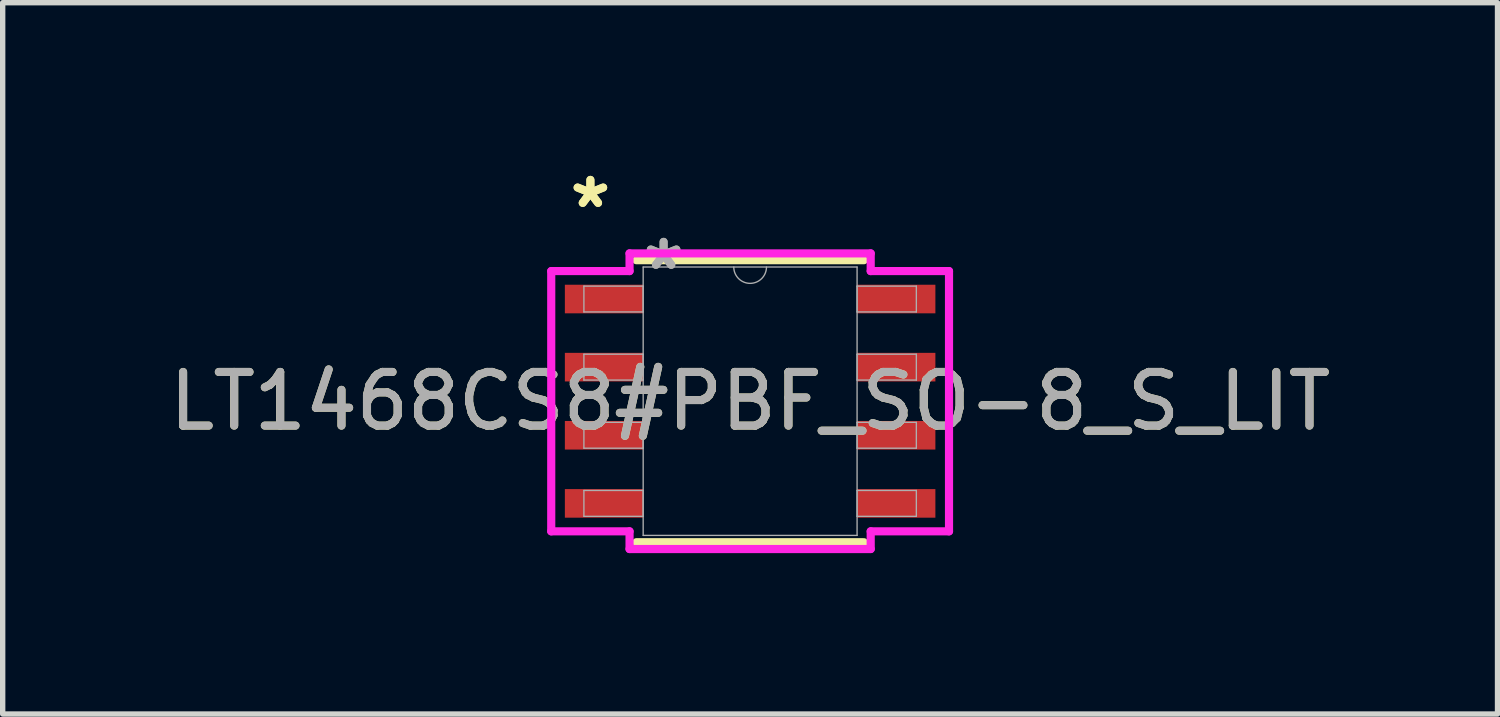
<source format=kicad_pcb>
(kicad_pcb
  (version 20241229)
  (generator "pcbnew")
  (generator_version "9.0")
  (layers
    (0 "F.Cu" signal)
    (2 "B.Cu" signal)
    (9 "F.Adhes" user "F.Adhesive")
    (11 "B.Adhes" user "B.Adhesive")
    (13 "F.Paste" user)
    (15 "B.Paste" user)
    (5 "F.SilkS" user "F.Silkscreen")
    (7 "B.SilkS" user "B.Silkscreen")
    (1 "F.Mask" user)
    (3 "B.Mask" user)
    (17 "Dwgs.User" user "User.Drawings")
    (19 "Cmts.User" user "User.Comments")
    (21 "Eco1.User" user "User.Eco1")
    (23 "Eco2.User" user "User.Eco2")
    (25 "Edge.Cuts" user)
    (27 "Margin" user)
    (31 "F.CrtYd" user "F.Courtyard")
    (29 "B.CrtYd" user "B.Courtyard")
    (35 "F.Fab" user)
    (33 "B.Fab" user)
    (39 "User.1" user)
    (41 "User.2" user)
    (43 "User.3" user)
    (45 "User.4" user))
  (footprint "LT1468CS8#PBF_SO-8_S_LIT"
    (layer "F.Cu")
    (at 10.935 4.43)
    (property "Reference" "LT1468CS8#PBF_SO-8_S_LIT" (at 0 0 0) (unlocked yes) (layer "F.SilkS") (effects (font (size 1 1) (thickness 0.15))))
    (attr smd)
    (fp_line (start -2.121 2.629) (end 2.121 2.629) (stroke (width 0.152) (type solid)) (layer "F.SilkS"))
    (fp_line (start 2.121 -2.629) (end -2.121 -2.629) (stroke (width 0.152) (type solid)) (layer "F.SilkS"))
    (fp_line (start -3.708 -2.426) (end -2.248 -2.426) (stroke (width 0.152) (type solid)) (layer "F.CrtYd"))
    (fp_line (start -3.708 2.426) (end -3.708 -2.426) (stroke (width 0.152) (type solid)) (layer "F.CrtYd"))
    (fp_line (start -3.708 2.426) (end -2.248 2.426) (stroke (width 0.152) (type solid)) (layer "F.CrtYd"))
    (fp_line (start -2.248 -2.756) (end 2.248 -2.756) (stroke (width 0.152) (type solid)) (layer "F.CrtYd"))
    (fp_line (start -2.248 -2.426) (end -2.248 -2.756) (stroke (width 0.152) (type solid)) (layer "F.CrtYd"))
    (fp_line (start -2.248 2.756) (end -2.248 2.426) (stroke (width 0.152) (type solid)) (layer "F.CrtYd"))
    (fp_line (start 2.248 -2.756) (end 2.248 -2.426) (stroke (width 0.152) (type solid)) (layer "F.CrtYd"))
    (fp_line (start 2.248 2.426) (end 2.248 2.756) (stroke (width 0.152) (type solid)) (layer "F.CrtYd"))
    (fp_line (start 2.248 2.756) (end -2.248 2.756) (stroke (width 0.152) (type solid)) (layer "F.CrtYd"))
    (fp_line (start 3.708 -2.426) (end 2.248 -2.426) (stroke (width 0.152) (type solid)) (layer "F.CrtYd"))
    (fp_line (start 3.708 -2.426) (end 3.708 2.426) (stroke (width 0.152) (type solid)) (layer "F.CrtYd"))
    (fp_line (start 3.708 2.426) (end 2.248 2.426) (stroke (width 0.152) (type solid)) (layer "F.CrtYd"))
    (fp_line (start -3.099 -2.146) (end -3.099 -1.664) (stroke (width 0.025) (type solid)) (layer "F.Fab"))
    (fp_line (start -3.099 -1.664) (end -1.994 -1.664) (stroke (width 0.025) (type solid)) (layer "F.Fab"))
    (fp_line (start -3.099 -0.876) (end -3.099 -0.394) (stroke (width 0.025) (type solid)) (layer "F.Fab"))
    (fp_line (start -3.099 -0.394) (end -1.994 -0.394) (stroke (width 0.025) (type solid)) (layer "F.Fab"))
    (fp_line (start -3.099 0.394) (end -3.099 0.876) (stroke (width 0.025) (type solid)) (layer "F.Fab"))
    (fp_line (start -3.099 0.876) (end -1.994 0.876) (stroke (width 0.025) (type solid)) (layer "F.Fab"))
    (fp_line (start -3.099 1.664) (end -3.099 2.146) (stroke (width 0.025) (type solid)) (layer "F.Fab"))
    (fp_line (start -3.099 2.146) (end -1.994 2.146) (stroke (width 0.025) (type solid)) (layer "F.Fab"))
    (fp_line (start -1.994 -2.502) (end -1.994 2.502) (stroke (width 0.025) (type solid)) (layer "F.Fab"))
    (fp_line (start -1.994 -2.146) (end -3.099 -2.146) (stroke (width 0.025) (type solid)) (layer "F.Fab"))
    (fp_line (start -1.994 -1.664) (end -1.994 -2.146) (stroke (width 0.025) (type solid)) (layer "F.Fab"))
    (fp_line (start -1.994 -0.876) (end -3.099 -0.876) (stroke (width 0.025) (type solid)) (layer "F.Fab"))
    (fp_line (start -1.994 -0.394) (end -1.994 -0.876) (stroke (width 0.025) (type solid)) (layer "F.Fab"))
    (fp_line (start -1.994 0.394) (end -3.099 0.394) (stroke (width 0.025) (type solid)) (layer "F.Fab"))
    (fp_line (start -1.994 0.876) (end -1.994 0.394) (stroke (width 0.025) (type solid)) (layer "F.Fab"))
    (fp_line (start -1.994 1.664) (end -3.099 1.664) (stroke (width 0.025) (type solid)) (layer "F.Fab"))
    (fp_line (start -1.994 2.146) (end -1.994 1.664) (stroke (width 0.025) (type solid)) (layer "F.Fab"))
    (fp_line (start -1.994 2.502) (end 1.994 2.502) (stroke (width 0.025) (type solid)) (layer "F.Fab"))
    (fp_line (start 1.994 -2.502) (end -1.994 -2.502) (stroke (width 0.025) (type solid)) (layer "F.Fab"))
    (fp_line (start 1.994 -2.146) (end 1.994 -1.664) (stroke (width 0.025) (type solid)) (layer "F.Fab"))
    (fp_line (start 1.994 -1.664) (end 3.099 -1.664) (stroke (width 0.025) (type solid)) (layer "F.Fab"))
    (fp_line (start 1.994 -0.876) (end 1.994 -0.394) (stroke (width 0.025) (type solid)) (layer "F.Fab"))
    (fp_line (start 1.994 -0.394) (end 3.099 -0.394) (stroke (width 0.025) (type solid)) (layer "F.Fab"))
    (fp_line (start 1.994 0.394) (end 1.994 0.876) (stroke (width 0.025) (type solid)) (layer "F.Fab"))
    (fp_line (start 1.994 0.876) (end 3.099 0.876) (stroke (width 0.025) (type solid)) (layer "F.Fab"))
    (fp_line (start 1.994 1.664) (end 1.994 2.146) (stroke (width 0.025) (type solid)) (layer "F.Fab"))
    (fp_line (start 1.994 2.146) (end 3.099 2.146) (stroke (width 0.025) (type solid)) (layer "F.Fab"))
    (fp_line (start 1.994 2.502) (end 1.994 -2.502) (stroke (width 0.025) (type solid)) (layer "F.Fab"))
    (fp_line (start 3.099 -2.146) (end 1.994 -2.146) (stroke (width 0.025) (type solid)) (layer "F.Fab"))
    (fp_line (start 3.099 -1.664) (end 3.099 -2.146) (stroke (width 0.025) (type solid)) (layer "F.Fab"))
    (fp_line (start 3.099 -0.876) (end 1.994 -0.876) (stroke (width 0.025) (type solid)) (layer "F.Fab"))
    (fp_line (start 3.099 -0.394) (end 3.099 -0.876) (stroke (width 0.025) (type solid)) (layer "F.Fab"))
    (fp_line (start 3.099 0.394) (end 1.994 0.394) (stroke (width 0.025) (type solid)) (layer "F.Fab"))
    (fp_line (start 3.099 0.876) (end 3.099 0.394) (stroke (width 0.025) (type solid)) (layer "F.Fab"))
    (fp_line (start 3.099 1.664) (end 1.994 1.664) (stroke (width 0.025) (type solid)) (layer "F.Fab"))
    (fp_line (start 3.099 2.146) (end 3.099 1.664) (stroke (width 0.025) (type solid)) (layer "F.Fab"))
    (fp_arc (start 0.3048 -2.5019) (mid 0 -2.1971) (end -0.3048 -2.5019) (stroke (width 0.0254) (type solid)) (layer "F.Fab"))
    (fp_text user "*" (at -2.978 -3.581 0) (unlocked yes) (layer "F.SilkS") (effects (font (size 1 1) (thickness 0.15))))
    (fp_text user "*" (at -2.978 -3.581 0) (layer "F.SilkS") (effects (font (size 1 1) (thickness 0.15))))
    (fp_text user "*" (at -1.613 -2.426 0) (layer "F.Fab") (effects (font (size 1 1) (thickness 0.15))))
    (fp_text user "${REFERENCE}" (at 0 0 0) (unlocked yes) (layer "F.Fab") (effects (font (size 1 1) (thickness 0.15))))
    (fp_text user "*" (at -1.613 -2.426 0) (unlocked yes) (layer "F.Fab") (effects (font (size 1 1) (thickness 0.15))))
    (pad "1" smd rect (at -2.724 -1.905) (size 1.46 0.533) (layers "F.Cu" "F.Mask" "F.Paste"))
    (pad "2" smd rect (at -2.724 -0.635) (size 1.46 0.533) (layers "F.Cu" "F.Mask" "F.Paste"))
    (pad "3" smd rect (at -2.724 0.635) (size 1.46 0.533) (layers "F.Cu" "F.Mask" "F.Paste"))
    (pad "4" smd rect (at -2.724 1.905) (size 1.46 0.533) (layers "F.Cu" "F.Mask" "F.Paste"))
    (pad "5" smd rect (at 2.724 1.905) (size 1.46 0.533) (layers "F.Cu" "F.Mask" "F.Paste"))
    (pad "6" smd rect (at 2.724 0.635) (size 1.46 0.533) (layers "F.Cu" "F.Mask" "F.Paste"))
    (pad "7" smd rect (at 2.724 -0.635) (size 1.46 0.533) (layers "F.Cu" "F.Mask" "F.Paste"))
    (pad "8" smd rect (at 2.724 -1.905) (size 1.46 0.533) (layers "F.Cu" "F.Mask" "F.Paste")))
  (gr_rect
    (start -3 -3)
    (end 24.869 10.262)
    (stroke (width 0.1) (type default))
    (fill no)
    (layer "Edge.Cuts")))
</source>
